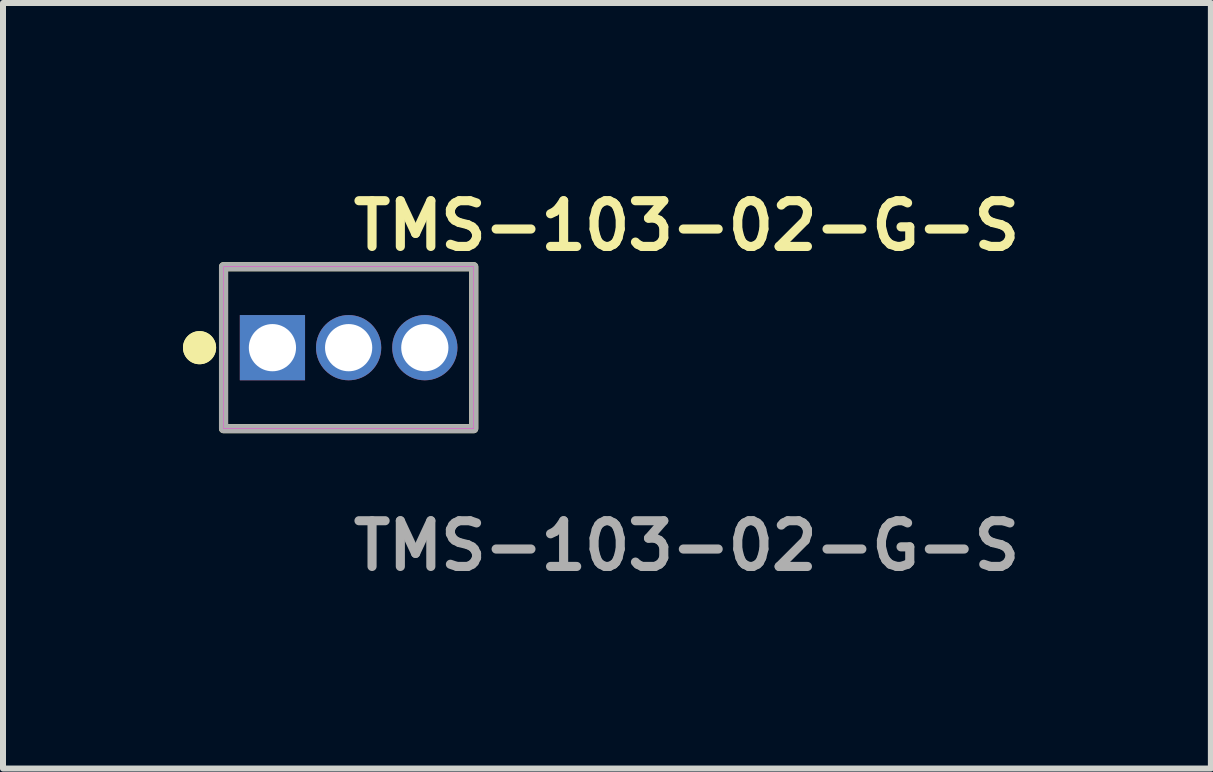
<source format=kicad_pcb>
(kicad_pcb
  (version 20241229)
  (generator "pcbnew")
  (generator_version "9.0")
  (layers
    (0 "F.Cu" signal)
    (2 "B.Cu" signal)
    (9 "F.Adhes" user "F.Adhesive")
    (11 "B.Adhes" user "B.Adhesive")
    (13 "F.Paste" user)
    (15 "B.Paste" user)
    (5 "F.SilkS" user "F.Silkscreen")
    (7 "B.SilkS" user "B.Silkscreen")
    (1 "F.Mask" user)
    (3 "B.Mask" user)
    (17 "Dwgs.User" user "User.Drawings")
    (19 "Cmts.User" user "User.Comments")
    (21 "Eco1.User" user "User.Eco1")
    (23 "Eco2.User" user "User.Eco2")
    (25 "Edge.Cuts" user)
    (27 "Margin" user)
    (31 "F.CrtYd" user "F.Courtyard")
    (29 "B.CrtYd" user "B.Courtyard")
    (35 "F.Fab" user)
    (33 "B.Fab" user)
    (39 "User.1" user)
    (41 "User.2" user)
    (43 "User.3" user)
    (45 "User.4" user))
  (footprint "TMS-103-02-G-S"
    (layer "F.Cu")
    (at 2.761 2.745)
    (property "Reference" "TMS-103-02-G-S" (at 0 -2.032 0) (unlocked yes) (layer "F.SilkS") (effects (font (size 0.762 0.762) (thickness 0.152)) (justify left)))
    (fp_rect (start -2.085 1.35) (end 2.085 -1.35) (stroke (width 0.152) (type solid)) (fill no) (layer "F.SilkS"))
    (fp_circle (center -2.485 0) (end -2.685 0) (stroke (width 0.152) (type solid)) (fill yes) (layer "F.SilkS"))
    (fp_circle (center -2.485 0) (end -2.685 0) (stroke (width 0.152) (type solid)) (fill yes) (layer "F.SilkS"))
    (fp_rect (start -2.085 1.35) (end 2.085 -1.35) (stroke (width 0.006) (type solid)) (fill no) (layer "F.CrtYd"))
    (fp_rect (start -2.085 1.35) (end 2.085 -1.35) (stroke (width 0.152) (type solid)) (fill no) (layer "F.Fab"))
    (fp_text user "${REFERENCE}" (at 0 3.302 0) (unlocked yes) (layer "F.Fab") (effects (font (size 0.762 0.762) (thickness 0.152)) (justify left)))
    (pad "1" thru_hole rect (at -1.27 0) (size 1.087 1.087) (drill 0.787) (layers "*.Cu" "*.Mask"))
    (pad "2" thru_hole circle (at 0 0) (size 1.087 1.087) (drill 0.787) (layers "*.Cu" "*.Mask"))
    (pad "3" thru_hole circle (at 1.27 0) (size 1.087 1.087) (drill 0.787) (layers "*.Cu" "*.Mask")))
  (gr_rect
    (start -3 -3)
    (end 17.133 9.76)
    (stroke (width 0.1) (type default))
    (fill no)
    (layer "Edge.Cuts")))
</source>
